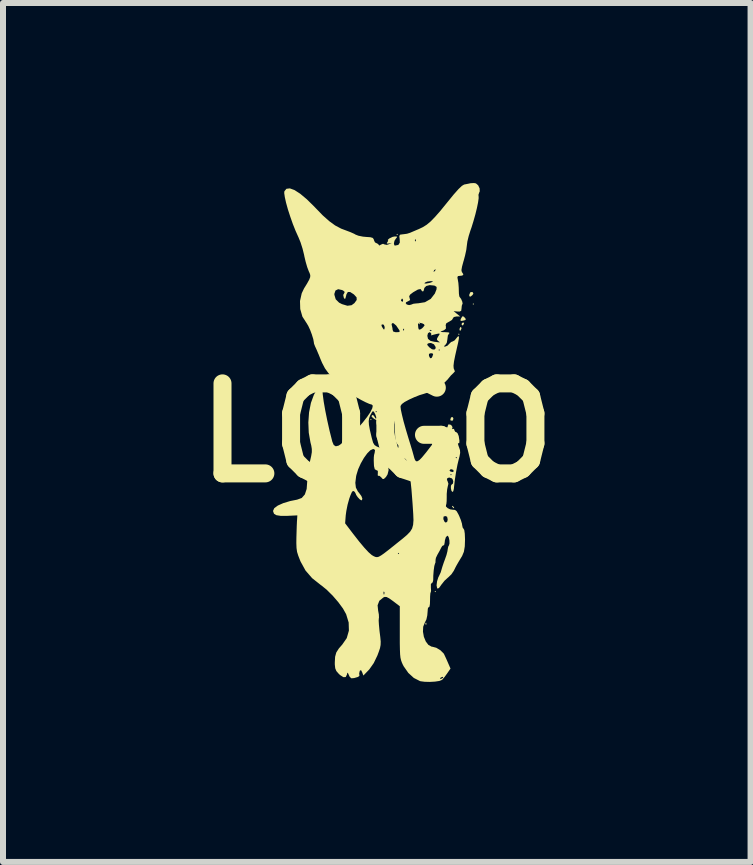
<source format=kicad_pcb>
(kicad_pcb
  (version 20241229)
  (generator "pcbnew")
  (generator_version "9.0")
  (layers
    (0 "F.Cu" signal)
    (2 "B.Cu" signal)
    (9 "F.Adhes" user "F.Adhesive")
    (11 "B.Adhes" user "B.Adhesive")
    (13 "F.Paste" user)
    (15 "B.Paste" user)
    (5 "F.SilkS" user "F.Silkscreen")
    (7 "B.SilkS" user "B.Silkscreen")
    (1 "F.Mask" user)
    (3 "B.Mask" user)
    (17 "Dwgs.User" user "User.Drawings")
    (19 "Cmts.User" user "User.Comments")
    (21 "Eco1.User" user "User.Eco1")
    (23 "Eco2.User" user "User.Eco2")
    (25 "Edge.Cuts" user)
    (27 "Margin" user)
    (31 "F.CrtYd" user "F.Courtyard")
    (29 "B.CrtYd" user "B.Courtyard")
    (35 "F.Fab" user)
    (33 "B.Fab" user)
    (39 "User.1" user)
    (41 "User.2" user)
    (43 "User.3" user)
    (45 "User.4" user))
  (footprint "LOGO"
    (layer "F.Cu")
    (at 3.229 4.16)
    (property "Reference" "LOGO" (at 0 0 0) (layer "F.SilkS") (effects (font (size 1.5 1.5) (thickness 0.3))))
    (attr board_only exclude_from_pos_files exclude_from_bom)
    (fp_poly (pts (xy -0.088 -0.219) (xy -0.098 -0.208) (xy -0.109 -0.219) (xy -0.098 -0.23)) (stroke (width 0) (type solid)) (fill yes) (layer "F.SilkS"))
    (fp_poly (pts (xy 0.35 -3.304) (xy 0.339 -3.293) (xy 0.328 -3.304) (xy 0.339 -3.314)) (stroke (width 0) (type solid)) (fill yes) (layer "F.SilkS"))
    (fp_poly (pts (xy 0.722 -1.816) (xy 0.711 -1.805) (xy 0.7 -1.816) (xy 0.711 -1.827)) (stroke (width 0) (type solid)) (fill yes) (layer "F.SilkS"))
    (fp_poly (pts (xy 0.984 2.647) (xy 0.974 2.658) (xy 0.963 2.647) (xy 0.974 2.636)) (stroke (width 0) (type solid)) (fill yes) (layer "F.SilkS"))
    (fp_poly (pts (xy 1.378 -1.641) (xy 1.367 -1.63) (xy 1.356 -1.641) (xy 1.367 -1.652)) (stroke (width 0) (type solid)) (fill yes) (layer "F.SilkS"))
    (fp_poly (pts (xy 1.619 -2.144) (xy 1.608 -2.133) (xy 1.597 -2.144) (xy 1.608 -2.155)) (stroke (width 0) (type solid)) (fill yes) (layer "F.SilkS"))
    (fp_poly (pts (xy 0.824 3.169) (xy 0.827 3.195) (xy 0.824 3.198) (xy 0.811 3.195) (xy 0.809 3.183) (xy 0.817 3.165)) (stroke (width 0) (type solid)) (fill yes) (layer "F.SilkS"))
    (fp_poly (pts (xy 1.266 1.223) (xy 1.289 1.245) (xy 1.284 1.258) (xy 1.281 1.258) (xy 1.263 1.242) (xy 1.256 1.233) (xy 1.253 1.218)) (stroke (width 0) (type solid)) (fill yes) (layer "F.SilkS"))
    (fp_poly (pts (xy 1.276 -0.242) (xy 1.27 -0.209) (xy 1.257 -0.199) (xy 1.229 -0.204) (xy 1.225 -0.218) (xy 1.236 -0.253) (xy 1.259 -0.262)) (stroke (width 0) (type solid)) (fill yes) (layer "F.SilkS"))
    (fp_poly (pts (xy 1.454 -1.833) (xy 1.451 -1.815) (xy 1.434 -1.785) (xy 1.417 -1.796) (xy 1.413 -1.803) (xy 1.418 -1.826) (xy 1.432 -1.834)) (stroke (width 0) (type solid)) (fill yes) (layer "F.SilkS"))
    (fp_poly (pts (xy 1.412 -1.745) (xy 1.408 -1.728) (xy 1.393 -1.7) (xy 1.387 -1.696) (xy 1.379 -1.713) (xy 1.378 -1.728) (xy 1.39 -1.757) (xy 1.399 -1.761)) (stroke (width 0) (type solid)) (fill yes) (layer "F.SilkS"))
    (fp_poly (pts (xy 1.597 -2.341) (xy 1.609 -2.318) (xy 1.595 -2.295) (xy 1.562 -2.267) (xy 1.542 -2.273) (xy 1.54 -2.297) (xy 1.558 -2.34) (xy 1.589 -2.345)) (stroke (width 0) (type solid)) (fill yes) (layer "F.SilkS"))
    (fp_poly (pts (xy 1.447 -1.935) (xy 1.458 -1.925) (xy 1.484 -1.893) (xy 1.474 -1.876) (xy 1.435 -1.866) (xy 1.398 -1.862) (xy 1.395 -1.881) (xy 1.405 -1.905) (xy 1.426 -1.939)) (stroke (width 0) (type solid)) (fill yes) (layer "F.SilkS"))
    (fp_poly (pts (xy 1.652 -4.154) (xy 1.689 -4.122) (xy 1.713 -4.071) (xy 1.715 -4.021) (xy 1.707 -4.004) (xy 1.693 -3.962) (xy 1.696 -3.945) (xy 1.697 -3.907) (xy 1.687 -3.836) (xy 1.668 -3.743) (xy 1.642 -3.637) (xy 1.611 -3.527) (xy 1.579 -3.423) (xy 1.56 -3.369) (xy 1.531 -3.277) (xy 1.509 -3.186) (xy 1.5 -3.118) (xy 1.491 -3.046) (xy 1.471 -2.954) (xy 1.446 -2.86) (xy 1.445 -2.859) (xy 1.42 -2.767) (xy 1.41 -2.709) (xy 1.417 -2.677) (xy 1.42 -2.674) (xy 1.443 -2.638) (xy 1.425 -2.618) (xy 1.389 -2.614) (xy 1.351 -2.609) (xy 1.343 -2.586) (xy 1.349 -2.554) (xy 1.359 -2.496) (xy 1.365 -2.418) (xy 1.366 -2.385) (xy 1.368 -2.32) (xy 1.374 -2.275) (xy 1.378 -2.264) (xy 1.405 -2.228) (xy 1.424 -2.183) (xy 1.43 -2.15) (xy 1.427 -2.146) (xy 1.416 -2.115) (xy 1.412 -2.072) (xy 1.406 -2.031) (xy 1.38 -2.018) (xy 1.345 -2.019) (xy 1.28 -2.025) (xy 1.335 -1.981) (xy 1.389 -1.937) (xy 1.329 -1.937) (xy 1.283 -1.927) (xy 1.269 -1.906) (xy 1.251 -1.878) (xy 1.206 -1.85) (xy 1.203 -1.849) (xy 1.158 -1.823) (xy 1.147 -1.791) (xy 1.151 -1.772) (xy 1.151 -1.733) (xy 1.121 -1.708) (xy 1.101 -1.7) (xy 1.066 -1.686) (xy 1.065 -1.679) (xy 1.1 -1.676) (xy 1.138 -1.675) (xy 1.196 -1.671) (xy 1.213 -1.66) (xy 1.205 -1.654) (xy 1.184 -1.62) (xy 1.177 -1.564) (xy 1.177 -1.562) (xy 1.166 -1.497) (xy 1.142 -1.462) (xy 1.118 -1.441) (xy 1.13 -1.434) (xy 1.138 -1.434) (xy 1.176 -1.449) (xy 1.203 -1.477) (xy 1.238 -1.511) (xy 1.263 -1.52) (xy 1.295 -1.537) (xy 1.318 -1.564) (xy 1.345 -1.598) (xy 1.36 -1.608) (xy 1.369 -1.598) (xy 1.367 -1.564) (xy 1.355 -1.5) (xy 1.337 -1.422) (xy 1.306 -1.285) (xy 1.286 -1.185) (xy 1.278 -1.116) (xy 1.281 -1.072) (xy 1.29 -1.051) (xy 1.301 -1.021) (xy 1.275 -0.992) (xy 1.235 -0.954) (xy 1.191 -0.901) (xy 1.187 -0.894) (xy 1.132 -0.838) (xy 1.05 -0.776) (xy 0.953 -0.718) (xy 0.856 -0.671) (xy 0.78 -0.646) (xy 0.713 -0.626) (xy 0.627 -0.592) (xy 0.543 -0.554) (xy 0.463 -0.511) (xy 0.417 -0.477) (xy 0.397 -0.447) (xy 0.395 -0.432) (xy 0.401 -0.382) (xy 0.419 -0.298) (xy 0.446 -0.188) (xy 0.482 -0.06) (xy 0.523 0.078) (xy 0.536 0.12) (xy 0.565 0.214) (xy 0.592 0.304) (xy 0.611 0.372) (xy 0.612 0.375) (xy 0.625 0.424) (xy 0.639 0.459) (xy 0.657 0.477) (xy 0.681 0.475) (xy 0.715 0.451) (xy 0.749 0.416) (xy 1.313 0.416) (xy 1.324 0.427) (xy 1.335 0.416) (xy 1.324 0.405) (xy 1.313 0.416) (xy 0.749 0.416) (xy 0.761 0.402) (xy 0.823 0.327) (xy 0.903 0.223) (xy 1.005 0.087) (xy 1.065 0.005) (xy 1.096 -0.033) (xy 1.116 -0.033) (xy 1.123 -0.012) (xy 1.125 -0.011) (xy 1.144 -0.026) (xy 1.149 -0.033) (xy 1.147 -0.053) (xy 1.139 -0.055) (xy 1.117 -0.039) (xy 1.116 -0.033) (xy 1.096 -0.033) (xy 1.109 -0.048) (xy 1.145 -0.081) (xy 1.162 -0.086) (xy 1.179 -0.092) (xy 1.181 -0.108) (xy 1.192 -0.138) (xy 1.225 -0.134) (xy 1.244 -0.122) (xy 1.262 -0.092) (xy 1.257 -0.076) (xy 1.252 -0.058) (xy 1.266 -0.064) (xy 1.287 -0.062) (xy 1.291 -0.045) (xy 1.306 -0.015) (xy 1.321 -0.011) (xy 1.345 0.008) (xy 1.364 0.054) (xy 1.365 0.057) (xy 1.377 0.135) (xy 1.374 0.174) (xy 1.357 0.176) (xy 1.351 0.184) (xy 1.362 0.222) (xy 1.369 0.24) (xy 1.386 0.291) (xy 1.389 0.337) (xy 1.378 0.396) (xy 1.367 0.437) (xy 1.344 0.532) (xy 1.321 0.653) (xy 1.301 0.782) (xy 1.287 0.901) (xy 1.284 0.935) (xy 1.274 0.976) (xy 1.258 0.988) (xy 1.243 0.966) (xy 1.234 0.924) (xy 1.235 0.884) (xy 1.247 0.864) (xy 1.248 0.864) (xy 1.269 0.847) (xy 1.274 0.81) (xy 1.261 0.773) (xy 1.248 0.76) (xy 1.205 0.747) (xy 1.174 0.759) (xy 1.168 0.787) (xy 1.178 0.805) (xy 1.193 0.851) (xy 1.183 0.892) (xy 1.172 0.945) (xy 1.165 1.02) (xy 1.165 1.069) (xy 1.164 1.139) (xy 1.159 1.189) (xy 1.153 1.206) (xy 1.152 1.23) (xy 1.18 1.257) (xy 1.223 1.278) (xy 1.267 1.284) (xy 1.303 1.287) (xy 1.33 1.308) (xy 1.359 1.359) (xy 1.373 1.388) (xy 1.401 1.457) (xy 1.419 1.517) (xy 1.422 1.54) (xy 1.431 1.582) (xy 1.441 1.595) (xy 1.457 1.622) (xy 1.466 1.682) (xy 1.47 1.778) (xy 1.466 1.895) (xy 1.451 1.984) (xy 1.421 2.056) (xy 1.414 2.067) (xy 1.365 2.148) (xy 1.332 2.205) (xy 1.308 2.25) (xy 1.286 2.295) (xy 1.284 2.299) (xy 1.243 2.36) (xy 1.188 2.413) (xy 1.185 2.415) (xy 1.129 2.466) (xy 1.077 2.531) (xy 1.071 2.54) (xy 1.036 2.588) (xy 1.013 2.598) (xy 1.005 2.59) (xy 0.996 2.544) (xy 1.004 2.477) (xy 1.025 2.41) (xy 1.038 2.385) (xy 1.065 2.327) (xy 1.077 2.286) (xy 1.092 2.235) (xy 1.116 2.163) (xy 1.135 2.112) (xy 1.161 2.038) (xy 1.177 1.975) (xy 1.181 1.946) (xy 1.19 1.899) (xy 1.201 1.88) (xy 1.211 1.848) (xy 1.21 1.798) (xy 1.2 1.749) (xy 1.185 1.72) (xy 1.178 1.717) (xy 1.152 1.738) (xy 1.135 1.792) (xy 1.13 1.836) (xy 1.122 1.872) (xy 1.11 1.878) (xy 1.091 1.887) (xy 1.072 1.918) (xy 1.044 1.973) (xy 1.009 2.035) (xy 1.009 2.035) (xy 0.985 2.086) (xy 0.978 2.124) (xy 0.979 2.127) (xy 0.977 2.167) (xy 0.97 2.181) (xy 0.958 2.222) (xy 0.948 2.294) (xy 0.941 2.384) (xy 0.94 2.456) (xy 0.931 2.494) (xy 0.916 2.505) (xy 0.901 2.524) (xy 0.901 2.577) (xy 0.901 2.582) (xy 0.904 2.632) (xy 0.9 2.657) (xy 0.898 2.658) (xy 0.892 2.678) (xy 0.888 2.73) (xy 0.887 2.788) (xy 0.885 2.854) (xy 0.878 2.897) (xy 0.87 2.907) (xy 0.855 2.915) (xy 0.85 2.936) (xy 0.846 2.986) (xy 0.841 3.045) (xy 0.826 3.113) (xy 0.8 3.165) (xy 0.773 3.233) (xy 0.769 3.315) (xy 0.784 3.401) (xy 0.816 3.479) (xy 0.86 3.537) (xy 0.914 3.566) (xy 0.926 3.567) (xy 0.991 3.584) (xy 1.059 3.625) (xy 1.111 3.676) (xy 1.119 3.687) (xy 1.137 3.725) (xy 1.165 3.786) (xy 1.182 3.825) (xy 1.228 3.931) (xy 1.169 4.016) (xy 1.129 4.071) (xy 1.095 4.111) (xy 1.086 4.12) (xy 1.042 4.137) (xy 0.97 4.148) (xy 0.884 4.153) (xy 0.799 4.151) (xy 0.729 4.142) (xy 0.717 4.138) (xy 0.621 4.089) (xy 1.053 4.089) (xy 1.058 4.101) (xy 1.071 4.102) (xy 1.1 4.086) (xy 1.105 4.08) (xy 1.101 4.068) (xy 1.084 4.072) (xy 1.053 4.089) (xy 0.621 4.089) (xy 0.618 4.088) (xy 0.525 4.003) (xy 0.448 3.893) (xy 0.434 3.867) (xy 0.417 3.829) (xy 0.404 3.792) (xy 0.394 3.749) (xy 0.388 3.692) (xy 0.385 3.614) (xy 0.383 3.509) (xy 0.383 3.37) (xy 0.383 3.328) (xy 0.383 2.892) (xy 0.27 2.806) (xy 0.205 2.76) (xy 0.162 2.738) (xy 0.13 2.737) (xy 0.111 2.745) (xy 0.042 2.801) (xy 0.013 2.876) (xy 0.022 2.964) (xy 0.034 3.029) (xy 0.036 3.081) (xy 0.034 3.091) (xy 0.031 3.13) (xy 0.035 3.198) (xy 0.043 3.283) (xy 0.045 3.304) (xy 0.058 3.407) (xy 0.065 3.481) (xy 0.063 3.538) (xy 0.053 3.591) (xy 0.032 3.653) (xy 0.01 3.712) (xy -0.051 3.839) (xy -0.124 3.943) (xy -0.136 3.956) (xy -0.224 4.047) (xy -0.244 3.993) (xy -0.262 3.958) (xy -0.279 3.963) (xy -0.284 3.969) (xy -0.294 4.012) (xy -0.292 4.027) (xy -0.29 4.052) (xy -0.313 4.07) (xy -0.371 4.087) (xy -0.378 4.089) (xy -0.424 4.093) (xy -0.451 4.069) (xy -0.464 4.042) (xy -0.482 4.003) (xy -0.491 4.001) (xy -0.498 4.031) (xy -0.518 4.072) (xy -0.557 4.074) (xy -0.613 4.038) (xy -0.636 4.016) (xy -0.674 3.972) (xy -0.693 3.926) (xy -0.7 3.862) (xy -0.7 3.829) (xy -0.695 3.734) (xy -0.675 3.662) (xy -0.632 3.595) (xy -0.576 3.531) (xy -0.501 3.423) (xy -0.465 3.298) (xy -0.469 3.163) (xy -0.511 3.025) (xy -0.564 2.93) (xy -0.643 2.823) (xy -0.737 2.714) (xy -0.785 2.667) (xy 0.111 2.667) (xy 0.115 2.696) (xy 0.123 2.696) (xy 0.128 2.667) (xy 0.124 2.654) (xy 0.115 2.646) (xy 0.111 2.667) (xy -0.785 2.667) (xy -0.836 2.616) (xy -0.929 2.541) (xy -0.933 2.539) (xy -1.078 2.424) (xy -1.188 2.297) (xy -1.27 2.148) (xy -1.278 2.129) (xy -1.309 2.05) (xy -1.329 1.986) (xy -1.338 1.92) (xy -1.341 1.839) (xy -1.34 1.75) (xy -1.337 1.647) (xy -1.334 1.552) (xy -1.332 1.51) (xy -0.528 1.51) (xy -0.401 1.677) (xy -0.294 1.814) (xy -0.207 1.918) (xy -0.138 1.992) (xy -0.083 2.04) (xy -0.048 2.06) (xy -0.021 2.071) (xy 0.004 2.074) (xy 0.033 2.067) (xy 0.072 2.045) (xy 0.118 2.013) (xy 0.35 2.013) (xy 0.361 2.024) (xy 0.372 2.013) (xy 0.361 2.002) (xy 0.35 2.013) (xy 0.118 2.013) (xy 0.126 2.007) (xy 0.201 1.949) (xy 0.304 1.867) (xy 0.331 1.845) (xy 0.43 1.766) (xy 0.503 1.704) (xy 0.555 1.65) (xy 0.588 1.597) (xy 0.605 1.535) (xy 0.611 1.457) (xy 0.61 1.435) (xy 1.109 1.435) (xy 1.11 1.444) (xy 1.129 1.485) (xy 1.151 1.499) (xy 1.175 1.48) (xy 1.181 1.444) (xy 1.171 1.4) (xy 1.141 1.389) (xy 1.112 1.399) (xy 1.109 1.435) (xy 0.61 1.435) (xy 0.607 1.354) (xy 0.598 1.218) (xy 0.595 1.173) (xy 0.577 0.942) (xy 0.557 0.753) (xy 0.549 0.7) (xy 1.225 0.7) (xy 1.236 0.711) (xy 1.247 0.7) (xy 1.236 0.689) (xy 1.225 0.7) (xy 0.549 0.7) (xy 0.539 0.632) (xy 1.211 0.632) (xy 1.227 0.647) (xy 1.262 0.656) (xy 1.282 0.644) (xy 1.273 0.619) (xy 1.237 0.608) (xy 1.225 0.613) (xy 1.211 0.632) (xy 0.539 0.632) (xy 0.535 0.607) (xy 0.511 0.503) (xy 0.485 0.443) (xy 0.46 0.427) (xy 0.445 0.446) (xy 0.438 0.493) (xy 0.438 0.503) (xy 0.433 0.556) (xy 0.414 0.577) (xy 0.394 0.58) (xy 0.359 0.566) (xy 0.35 0.528) (xy 0.334 0.48) (xy 0.293 0.42) (xy 0.238 0.358) (xy 0.177 0.309) (xy 0.164 0.3) (xy 0.145 0.285) (xy 0.155 0.278) (xy 0.201 0.275) (xy 0.234 0.274) (xy 0.317 0.268) (xy 0.359 0.249) (xy 0.361 0.216) (xy 0.339 0.186) (xy 0.323 0.161) (xy 0.312 0.122) (xy 0.306 0.062) (xy 0.302 -0.028) (xy 0.301 -0.124) (xy 0.3 -0.224) (xy 0.298 -0.303) (xy 0.295 -0.353) (xy 0.291 -0.367) (xy 0.291 -0.366) (xy 0.263 -0.341) (xy 0.251 -0.339) (xy 0.227 -0.32) (xy 0.205 -0.275) (xy 0.189 -0.219) (xy 0.186 -0.171) (xy 0.191 -0.155) (xy 0.188 -0.149) (xy 0.162 -0.168) (xy 0.115 -0.192) (xy 0.09 -0.187) (xy 0.055 -0.186) (xy 0.004 -0.204) (xy -0.047 -0.232) (xy -0.082 -0.262) (xy -0.088 -0.276) (xy -0.076 -0.295) (xy -0.052 -0.286) (xy -0.035 -0.259) (xy -0.018 -0.234) (xy -0.01 -0.235) (xy -0.01 -0.26) (xy -0.024 -0.302) (xy -0.045 -0.342) (xy -0.053 -0.35) (xy -0.022 -0.35) (xy -0.011 -0.339) (xy 0 -0.35) (xy -0.011 -0.361) (xy -0.022 -0.35) (xy -0.053 -0.35) (xy -0.063 -0.36) (xy -0.064 -0.36) (xy -0.08 -0.342) (xy -0.105 -0.298) (xy -0.112 -0.285) (xy -0.128 -0.24) (xy -0.135 -0.192) (xy -0.131 -0.13) (xy -0.116 -0.047) (xy -0.089 0.068) (xy -0.082 0.096) (xy -0.062 0.166) (xy -0.038 0.206) (xy -0.003 0.229) (xy 0.023 0.239) (xy 0.071 0.263) (xy 0.093 0.288) (xy 0.093 0.292) (xy 0.095 0.339) (xy 0.112 0.404) (xy 0.137 0.468) (xy 0.163 0.512) (xy 0.168 0.517) (xy 0.192 0.562) (xy 0.196 0.627) (xy 0.179 0.695) (xy 0.152 0.739) (xy 0.118 0.771) (xy 0.098 0.772) (xy 0.076 0.747) (xy 0.046 0.72) (xy 0.026 0.719) (xy 0.015 0.711) (xy 0.017 0.678) (xy 0.017 0.636) (xy -0.008 0.624) (xy -0.034 0.609) (xy -0.046 0.561) (xy -0.048 0.541) (xy -0.051 0.463) (xy -0.05 0.412) (xy -0.046 0.373) (xy -0.036 0.334) (xy -0.03 0.29) (xy -0.047 0.275) (xy -0.064 0.273) (xy -0.108 0.293) (xy -0.16 0.345) (xy -0.215 0.421) (xy -0.267 0.512) (xy -0.311 0.61) (xy -0.34 0.705) (xy -0.345 0.728) (xy -0.358 0.835) (xy -0.349 0.914) (xy -0.316 0.979) (xy -0.293 1.007) (xy -0.257 1.056) (xy -0.241 1.099) (xy -0.248 1.124) (xy -0.258 1.127) (xy -0.284 1.111) (xy -0.318 1.075) (xy -0.344 1.037) (xy -0.35 1.02) (xy -0.365 0.991) (xy -0.38 0.976) (xy -0.398 0.971) (xy -0.416 0.991) (xy -0.439 1.043) (xy -0.459 1.099) (xy -0.487 1.199) (xy -0.508 1.305) (xy -0.518 1.378) (xy -0.528 1.51) (xy -1.332 1.51) (xy -1.331 1.48) (xy -1.329 1.455) (xy -1.324 1.378) (xy -1.494 1.386) (xy -1.602 1.386) (xy -1.673 1.375) (xy -1.713 1.351) (xy -1.728 1.31) (xy -1.728 1.3) (xy -1.708 1.257) (xy -1.649 1.214) (xy -1.559 1.174) (xy -1.443 1.139) (xy -1.328 1.116) (xy -1.251 1.088) (xy -1.199 1.029) (xy -1.169 0.938) (xy -1.16 0.817) (xy -1.154 0.723) (xy -1.139 0.61) (xy -1.119 0.499) (xy -1.115 0.483) (xy -1.094 0.391) (xy -1.083 0.325) (xy -1.083 0.272) (xy -1.092 0.216) (xy -1.106 0.16) (xy -1.134 0.000417) (xy -1.141 -0.17) (xy -1.129 -0.339) (xy -1.098 -0.496) (xy -1.049 -0.63) (xy -1.019 -0.684) (xy -0.982 -0.749) (xy -0.955 -0.812) (xy -0.951 -0.826) (xy -0.935 -0.875) (xy -0.922 -0.882) (xy -0.913 -0.848) (xy -0.908 -0.775) (xy -0.907 -0.727) (xy -0.901 -0.639) (xy -0.885 -0.517) (xy -0.859 -0.369) (xy -0.826 -0.205) (xy -0.787 -0.031) (xy -0.743 0.143) (xy -0.742 0.148) (xy -0.718 0.205) (xy -0.684 0.227) (xy -0.635 0.215) (xy -0.567 0.167) (xy -0.531 0.137) (xy -0.424 0.036) (xy -0.324 -0.067) (xy -0.237 -0.166) (xy -0.164 -0.259) (xy -0.109 -0.34) (xy -0.076 -0.406) (xy -0.067 -0.45) (xy -0.086 -0.47) (xy -0.093 -0.47) (xy -0.127 -0.481) (xy -0.186 -0.507) (xy -0.257 -0.543) (xy -0.326 -0.581) (xy -0.382 -0.615) (xy -0.409 -0.636) (xy -0.445 -0.665) (xy -0.499 -0.702) (xy -0.508 -0.708) (xy -0.556 -0.745) (xy -0.622 -0.803) (xy -0.695 -0.872) (xy -0.724 -0.902) (xy -0.806 -0.992) (xy -0.864 -1.072) (xy -0.911 -1.162) (xy -0.938 -1.225) (xy -0.972 -1.31) (xy -0.974 -1.313) (xy 0.869 -1.313) (xy 0.869 -1.28) (xy 0.888 -1.241) (xy 0.912 -1.244) (xy 0.927 -1.271) (xy 0.939 -1.309) (xy 0.925 -1.322) (xy 0.899 -1.324) (xy 0.869 -1.313) (xy -0.974 -1.313) (xy -1.001 -1.378) (xy 1.028 -1.378) (xy 1.039 -1.367) (xy 1.05 -1.378) (xy 1.039 -1.389) (xy 1.028 -1.378) (xy -1.001 -1.378) (xy -1.003 -1.382) (xy -1.025 -1.43) (xy -1.029 -1.438) (xy -1.044 -1.477) (xy 0.84 -1.477) (xy 0.844 -1.458) (xy 0.874 -1.423) (xy 0.919 -1.39) (xy 0.958 -1.384) (xy 0.98 -1.404) (xy 0.98 -1.428) (xy 0.952 -1.473) (xy 0.902 -1.495) (xy 0.864 -1.491) (xy 0.84 -1.477) (xy -1.044 -1.477) (xy -1.047 -1.487) (xy -1.05 -1.51) (xy -1.059 -1.56) (xy -1.076 -1.614) (xy 0.842 -1.614) (xy 0.852 -1.568) (xy 0.853 -1.564) (xy 0.894 -1.53) (xy 0.957 -1.515) (xy 1.013 -1.508) (xy 1.047 -1.504) (xy 1.05 -1.504) (xy 1.044 -1.512) (xy 1.025 -1.526) (xy 1.002 -1.547) (xy 1.005 -1.572) (xy 1.024 -1.605) (xy 1.047 -1.642) (xy 1.041 -1.653) (xy 1.006 -1.647) (xy 0.95 -1.634) (xy 0.919 -1.625) (xy 0.899 -1.621) (xy 0.903 -1.624) (xy 0.91 -1.646) (xy 0.892 -1.669) (xy 0.876 -1.674) (xy 0.852 -1.656) (xy 0.842 -1.614) (xy -1.076 -1.614) (xy -1.081 -1.632) (xy -1.111 -1.712) (xy -1.143 -1.781) (xy -1.153 -1.797) (xy 0.076 -1.797) (xy 0.084 -1.768) (xy 0.088 -1.761) (xy 0.11 -1.727) (xy 0.121 -1.717) (xy 0.129 -1.736) (xy 0.131 -1.761) (xy 0.117 -1.797) (xy 0.098 -1.805) (xy 0.076 -1.797) (xy -1.153 -1.797) (xy -1.161 -1.811) (xy 0.246 -1.811) (xy 0.249 -1.792) (xy 0.261 -1.74) (xy 0.263 -1.716) (xy 0.274 -1.685) (xy 0.314 -1.674) (xy 0.329 -1.674) (xy 0.373 -1.677) (xy 0.382 -1.692) (xy 0.373 -1.712) (xy 0.369 -1.717) (xy 0.438 -1.717) (xy 0.446 -1.699) (xy 0.452 -1.703) (xy 0.453 -1.71) (xy 0.882 -1.71) (xy 0.885 -1.697) (xy 0.897 -1.696) (xy 0.915 -1.704) (xy 0.912 -1.71) (xy 0.886 -1.713) (xy 0.882 -1.71) (xy 0.453 -1.71) (xy 0.455 -1.729) (xy 0.452 -1.732) (xy 0.439 -1.729) (xy 0.438 -1.717) (xy 0.369 -1.717) (xy 0.323 -1.785) (xy 0.295 -1.809) (xy 0.686 -1.809) (xy 0.691 -1.75) (xy 0.698 -1.723) (xy 0.717 -1.717) (xy 0.752 -1.737) (xy 0.773 -1.758) (xy 0.796 -1.788) (xy 0.786 -1.807) (xy 0.756 -1.822) (xy 0.708 -1.833) (xy 0.686 -1.809) (xy 0.295 -1.809) (xy 0.28 -1.822) (xy 0.263 -1.827) (xy 0.246 -1.811) (xy -1.161 -1.811) (xy -1.17 -1.826) (xy -1.171 -1.827) (xy -1.24 -1.934) (xy -1.276 -2.06) (xy -1.28 -2.194) (xy -1.253 -2.315) (xy -0.707 -2.315) (xy -0.707 -2.298) (xy -0.685 -2.223) (xy -0.629 -2.167) (xy -0.58 -2.142) (xy -0.49 -2.115) (xy -0.421 -2.124) (xy -0.373 -2.159) (xy 0.481 -2.159) (xy 0.499 -2.136) (xy 0.538 -2.126) (xy 0.575 -2.134) (xy 0.579 -2.137) (xy 0.613 -2.149) (xy 0.67 -2.155) (xy 0.683 -2.155) (xy 0.802 -2.174) (xy 0.898 -2.229) (xy 0.967 -2.318) (xy 0.995 -2.389) (xy 0.997 -2.428) (xy 0.967 -2.448) (xy 0.953 -2.452) (xy 0.881 -2.459) (xy 0.823 -2.444) (xy 0.791 -2.411) (xy 0.788 -2.395) (xy 0.778 -2.36) (xy 0.766 -2.352) (xy 0.744 -2.369) (xy 0.744 -2.374) (xy 0.729 -2.394) (xy 0.685 -2.385) (xy 0.618 -2.347) (xy 0.606 -2.34) (xy 0.556 -2.302) (xy 0.539 -2.273) (xy 0.546 -2.244) (xy 0.555 -2.21) (xy 0.527 -2.193) (xy 0.525 -2.192) (xy 0.489 -2.174) (xy 0.481 -2.159) (xy -0.373 -2.159) (xy -0.373 -2.159) (xy -0.34 -2.205) (xy 0.403 -2.205) (xy 0.406 -2.197) (xy 0.427 -2.178) (xy 0.437 -2.2) (xy 0.438 -2.211) (xy 0.427 -2.233) (xy 0.415 -2.231) (xy 0.403 -2.205) (xy -0.34 -2.205) (xy -0.335 -2.211) (xy -0.337 -2.255) (xy -0.378 -2.3) (xy -0.386 -2.307) (xy -0.444 -2.344) (xy -0.482 -2.345) (xy -0.505 -2.308) (xy -0.512 -2.281) (xy -0.524 -2.236) (xy -0.536 -2.229) (xy -0.55 -2.249) (xy -0.56 -2.295) (xy -0.546 -2.32) (xy -0.535 -2.345) (xy -0.559 -2.367) (xy -0.579 -2.377) (xy -0.644 -2.391) (xy -0.689 -2.369) (xy -0.707 -2.315) (xy -1.253 -2.315) (xy -1.25 -2.325) (xy -1.213 -2.403) (xy -1.16 -2.489) (xy 0.791 -2.489) (xy 0.812 -2.485) (xy 0.82 -2.485) (xy 0.878 -2.495) (xy 0.908 -2.505) (xy 0.936 -2.519) (xy 0.924 -2.524) (xy 0.897 -2.525) (xy 0.841 -2.518) (xy 0.809 -2.505) (xy 0.791 -2.489) (xy -1.16 -2.489) (xy -1.159 -2.491) (xy -1.126 -2.551) (xy -1.11 -2.593) (xy -1.109 -2.626) (xy -1.12 -2.66) (xy -1.13 -2.681) (xy 0.946 -2.681) (xy 0.949 -2.68) (xy 0.969 -2.695) (xy 0.974 -2.702) (xy 0.979 -2.722) (xy 0.976 -2.724) (xy 0.956 -2.708) (xy 0.952 -2.702) (xy 0.946 -2.681) (xy -1.13 -2.681) (xy -1.135 -2.693) (xy -1.159 -2.756) (xy -1.185 -2.845) (xy -1.208 -2.942) (xy -1.211 -2.96) (xy -1.237 -3.065) (xy -1.271 -3.172) (xy -1.307 -3.26) (xy -1.31 -3.266) (xy -1.354 -3.364) (xy -1.399 -3.477) (xy -1.442 -3.599) (xy -1.481 -3.719) (xy -1.512 -3.831) (xy -1.533 -3.925) (xy -1.543 -3.994) (xy -1.54 -4.023) (xy -1.506 -4.064) (xy -1.449 -4.071) (xy -1.372 -4.043) (xy -1.277 -3.982) (xy -1.167 -3.89) (xy -1.043 -3.768) (xy -1.025 -3.749) (xy -0.901 -3.621) (xy -0.793 -3.525) (xy -0.694 -3.453) (xy -0.594 -3.4) (xy -0.514 -3.37) (xy -0.44 -3.342) (xy -0.377 -3.314) (xy -0.355 -3.301) (xy -0.306 -3.282) (xy -0.232 -3.267) (xy -0.18 -3.262) (xy -0.108 -3.257) (xy -0.069 -3.246) (xy -0.052 -3.225) (xy -0.048 -3.209) (xy -0.031 -3.171) (xy -0.011 -3.161) (xy 0.022 -3.144) (xy 0.028 -3.134) (xy 0.043 -3.118) (xy 0.067 -3.133) (xy 0.104 -3.148) (xy 0.121 -3.139) (xy 0.166 -3.129) (xy 0.2 -3.14) (xy 0.252 -3.163) (xy 0.201 -3.153) (xy 0.167 -3.15) (xy 0.169 -3.165) (xy 0.176 -3.174) (xy 0.19 -3.199) (xy 0.184 -3.205) (xy 0.185 -3.216) (xy 0.209 -3.237) (xy 0.264 -3.263) (xy 0.302 -3.27) (xy 0.337 -3.267) (xy 0.333 -3.251) (xy 0.319 -3.236) (xy 0.294 -3.197) (xy 0.285 -3.154) (xy 0.292 -3.123) (xy 0.304 -3.118) (xy 0.359 -3.129) (xy 0.383 -3.167) (xy 0.382 -3.205) (xy 0.634 -3.205) (xy 0.642 -3.187) (xy 0.649 -3.19) (xy 0.652 -3.216) (xy 0.649 -3.22) (xy 0.636 -3.217) (xy 0.634 -3.205) (xy 0.382 -3.205) (xy 0.381 -3.224) (xy 0.375 -3.276) (xy 0.386 -3.299) (xy 0.424 -3.305) (xy 0.437 -3.306) (xy 0.503 -3.315) (xy 0.554 -3.331) (xy 0.603 -3.352) (xy 0.671 -3.381) (xy 0.7 -3.393) (xy 0.767 -3.425) (xy 0.831 -3.465) (xy 0.897 -3.52) (xy 0.97 -3.595) (xy 1.057 -3.694) (xy 1.163 -3.824) (xy 1.18 -3.845) (xy 1.281 -3.969) (xy 1.361 -4.059) (xy 1.418 -4.113) (xy 1.455 -4.135) (xy 1.522 -4.148) (xy 1.563 -4.157) (xy 1.619 -4.16)) (stroke (width 0) (type solid)) (fill yes) (layer "F.SilkS")))
  (gr_rect
    (start -3 -3)
    (end 9.457 11.313)
    (stroke (width 0.1) (type default))
    (fill no)
    (layer "Edge.Cuts")))
</source>
